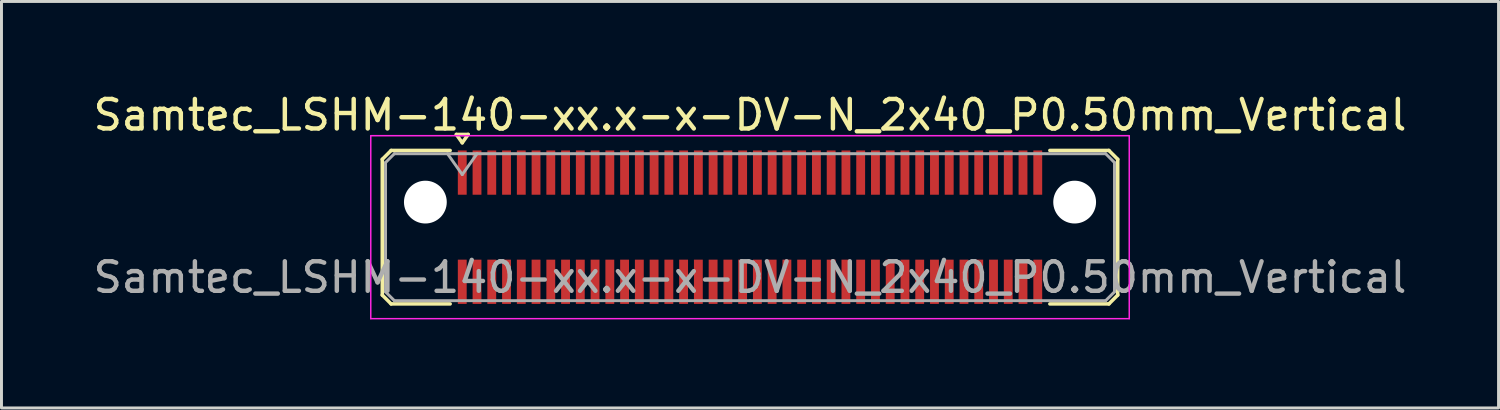
<source format=kicad_pcb>
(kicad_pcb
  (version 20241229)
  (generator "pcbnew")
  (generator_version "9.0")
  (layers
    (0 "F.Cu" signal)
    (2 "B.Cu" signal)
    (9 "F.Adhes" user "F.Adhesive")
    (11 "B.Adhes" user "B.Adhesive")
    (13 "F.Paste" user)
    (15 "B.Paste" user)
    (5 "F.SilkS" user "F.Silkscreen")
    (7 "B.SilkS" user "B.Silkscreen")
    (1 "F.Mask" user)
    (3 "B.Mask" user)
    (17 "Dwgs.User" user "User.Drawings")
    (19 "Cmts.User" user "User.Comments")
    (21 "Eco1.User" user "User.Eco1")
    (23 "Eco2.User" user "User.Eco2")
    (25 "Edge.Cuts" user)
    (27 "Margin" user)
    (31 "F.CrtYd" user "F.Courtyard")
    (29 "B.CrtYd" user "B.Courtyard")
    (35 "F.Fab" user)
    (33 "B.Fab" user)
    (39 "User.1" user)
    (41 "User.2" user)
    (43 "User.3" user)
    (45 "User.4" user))
  (footprint "Samtec_LSHM-140-xx.x-x-DV-N_2x40_P0.50mm_Vertical"
    (layer "F.Cu")
    (at 22.363 4.648)
    (property "Reference" "Samtec_LSHM-140-xx.x-x-DV-N_2x40_P0.50mm_Vertical" (at 0 -3.8 0) (layer "F.SilkS") (effects (font (size 1 1) (thickness 0.15))))
    (attr smd)
    (fp_line (start -12.46 -2.3) (end -12.46 2.3) (stroke (width 0.12) (type solid)) (layer "F.SilkS"))
    (fp_line (start -12.46 2.3) (end -12.16 2.6) (stroke (width 0.12) (type solid)) (layer "F.SilkS"))
    (fp_line (start -12.16 -2.6) (end -12.46 -2.3) (stroke (width 0.12) (type solid)) (layer "F.SilkS"))
    (fp_line (start -12.16 2.6) (end -10.16 2.6) (stroke (width 0.12) (type solid)) (layer "F.SilkS"))
    (fp_line (start -10.16 -2.6) (end -12.16 -2.6) (stroke (width 0.12) (type solid)) (layer "F.SilkS"))
    (fp_line (start -9.95 -3.143) (end -9.55 -3.143) (stroke (width 0.12) (type solid)) (layer "F.SilkS"))
    (fp_line (start -9.75 -2.86) (end -9.95 -3.143) (stroke (width 0.12) (type solid)) (layer "F.SilkS"))
    (fp_line (start -9.55 -3.143) (end -9.75 -2.86) (stroke (width 0.12) (type solid)) (layer "F.SilkS"))
    (fp_line (start 10.16 -2.6) (end 12.16 -2.6) (stroke (width 0.12) (type solid)) (layer "F.SilkS"))
    (fp_line (start 12.16 -2.6) (end 12.46 -2.3) (stroke (width 0.12) (type solid)) (layer "F.SilkS"))
    (fp_line (start 12.16 2.6) (end 10.16 2.6) (stroke (width 0.12) (type solid)) (layer "F.SilkS"))
    (fp_line (start 12.46 -2.3) (end 12.46 2.3) (stroke (width 0.12) (type solid)) (layer "F.SilkS"))
    (fp_line (start 12.46 2.3) (end 12.16 2.6) (stroke (width 0.12) (type solid)) (layer "F.SilkS"))
    (fp_line (start -12.85 -3.1) (end -12.85 3.1) (stroke (width 0.05) (type solid)) (layer "F.CrtYd"))
    (fp_line (start -12.85 3.1) (end 12.85 3.1) (stroke (width 0.05) (type solid)) (layer "F.CrtYd"))
    (fp_line (start 12.85 -3.1) (end -12.85 -3.1) (stroke (width 0.05) (type solid)) (layer "F.CrtYd"))
    (fp_line (start 12.85 3.1) (end 12.85 -3.1) (stroke (width 0.05) (type solid)) (layer "F.CrtYd"))
    (fp_line (start -12.35 -2.19) (end -12.35 2.19) (stroke (width 0.1) (type solid)) (layer "F.Fab"))
    (fp_line (start -12.35 2.19) (end -12.05 2.49) (stroke (width 0.1) (type solid)) (layer "F.Fab"))
    (fp_line (start -12.05 -2.49) (end -12.35 -2.19) (stroke (width 0.1) (type solid)) (layer "F.Fab"))
    (fp_line (start -12.05 2.49) (end 0 2.49) (stroke (width 0.1) (type solid)) (layer "F.Fab"))
    (fp_line (start -10.25 -2.49) (end -9.75 -1.783) (stroke (width 0.1) (type solid)) (layer "F.Fab"))
    (fp_line (start -9.75 -1.783) (end -9.25 -2.49) (stroke (width 0.1) (type solid)) (layer "F.Fab"))
    (fp_line (start 0 -2.49) (end -12.05 -2.49) (stroke (width 0.1) (type solid)) (layer "F.Fab"))
    (fp_line (start 0 -2.49) (end 12.05 -2.49) (stroke (width 0.1) (type solid)) (layer "F.Fab"))
    (fp_line (start 12.05 -2.49) (end 12.35 -2.19) (stroke (width 0.1) (type solid)) (layer "F.Fab"))
    (fp_line (start 12.05 2.49) (end 0 2.49) (stroke (width 0.1) (type solid)) (layer "F.Fab"))
    (fp_line (start 12.35 -2.19) (end 12.35 2.19) (stroke (width 0.1) (type solid)) (layer "F.Fab"))
    (fp_line (start 12.35 2.19) (end 12.05 2.49) (stroke (width 0.1) (type solid)) (layer "F.Fab"))
    (fp_text user "${REFERENCE}" (at 0 1.7 0) (layer "F.Fab") (effects (font (size 1 1) (thickness 0.15))))
    (pad "" np_thru_hole circle (at -11 -0.85) (size 1.45 1.45) (drill 1.45) (layers "*.Cu" "*.Mask"))
    (pad "" np_thru_hole circle (at 11 -0.85) (size 1.45 1.45) (drill 1.45) (layers "*.Cu" "*.Mask"))
    (pad "1" smd rect (at -9.75 1.85) (size 0.3 1.5) (layers "F.Cu" "F.Mask" "F.Paste"))
    (pad "2" smd rect (at -9.75 -1.85) (size 0.3 1.5) (layers "F.Cu" "F.Mask" "F.Paste"))
    (pad "3" smd rect (at -9.25 1.85) (size 0.3 1.5) (layers "F.Cu" "F.Mask" "F.Paste"))
    (pad "4" smd rect (at -9.25 -1.85) (size 0.3 1.5) (layers "F.Cu" "F.Mask" "F.Paste"))
    (pad "5" smd rect (at -8.75 1.85) (size 0.3 1.5) (layers "F.Cu" "F.Mask" "F.Paste"))
    (pad "6" smd rect (at -8.75 -1.85) (size 0.3 1.5) (layers "F.Cu" "F.Mask" "F.Paste"))
    (pad "7" smd rect (at -8.25 1.85) (size 0.3 1.5) (layers "F.Cu" "F.Mask" "F.Paste"))
    (pad "8" smd rect (at -8.25 -1.85) (size 0.3 1.5) (layers "F.Cu" "F.Mask" "F.Paste"))
    (pad "9" smd rect (at -7.75 1.85) (size 0.3 1.5) (layers "F.Cu" "F.Mask" "F.Paste"))
    (pad "10" smd rect (at -7.75 -1.85) (size 0.3 1.5) (layers "F.Cu" "F.Mask" "F.Paste"))
    (pad "11" smd rect (at -7.25 1.85) (size 0.3 1.5) (layers "F.Cu" "F.Mask" "F.Paste"))
    (pad "12" smd rect (at -7.25 -1.85) (size 0.3 1.5) (layers "F.Cu" "F.Mask" "F.Paste"))
    (pad "13" smd rect (at -6.75 1.85) (size 0.3 1.5) (layers "F.Cu" "F.Mask" "F.Paste"))
    (pad "14" smd rect (at -6.75 -1.85) (size 0.3 1.5) (layers "F.Cu" "F.Mask" "F.Paste"))
    (pad "15" smd rect (at -6.25 1.85) (size 0.3 1.5) (layers "F.Cu" "F.Mask" "F.Paste"))
    (pad "16" smd rect (at -6.25 -1.85) (size 0.3 1.5) (layers "F.Cu" "F.Mask" "F.Paste"))
    (pad "17" smd rect (at -5.75 1.85) (size 0.3 1.5) (layers "F.Cu" "F.Mask" "F.Paste"))
    (pad "18" smd rect (at -5.75 -1.85) (size 0.3 1.5) (layers "F.Cu" "F.Mask" "F.Paste"))
    (pad "19" smd rect (at -5.25 1.85) (size 0.3 1.5) (layers "F.Cu" "F.Mask" "F.Paste"))
    (pad "20" smd rect (at -5.25 -1.85) (size 0.3 1.5) (layers "F.Cu" "F.Mask" "F.Paste"))
    (pad "21" smd rect (at -4.75 1.85) (size 0.3 1.5) (layers "F.Cu" "F.Mask" "F.Paste"))
    (pad "22" smd rect (at -4.75 -1.85) (size 0.3 1.5) (layers "F.Cu" "F.Mask" "F.Paste"))
    (pad "23" smd rect (at -4.25 1.85) (size 0.3 1.5) (layers "F.Cu" "F.Mask" "F.Paste"))
    (pad "24" smd rect (at -4.25 -1.85) (size 0.3 1.5) (layers "F.Cu" "F.Mask" "F.Paste"))
    (pad "25" smd rect (at -3.75 1.85) (size 0.3 1.5) (layers "F.Cu" "F.Mask" "F.Paste"))
    (pad "26" smd rect (at -3.75 -1.85) (size 0.3 1.5) (layers "F.Cu" "F.Mask" "F.Paste"))
    (pad "27" smd rect (at -3.25 1.85) (size 0.3 1.5) (layers "F.Cu" "F.Mask" "F.Paste"))
    (pad "28" smd rect (at -3.25 -1.85) (size 0.3 1.5) (layers "F.Cu" "F.Mask" "F.Paste"))
    (pad "29" smd rect (at -2.75 1.85) (size 0.3 1.5) (layers "F.Cu" "F.Mask" "F.Paste"))
    (pad "30" smd rect (at -2.75 -1.85) (size 0.3 1.5) (layers "F.Cu" "F.Mask" "F.Paste"))
    (pad "31" smd rect (at -2.25 1.85) (size 0.3 1.5) (layers "F.Cu" "F.Mask" "F.Paste"))
    (pad "32" smd rect (at -2.25 -1.85) (size 0.3 1.5) (layers "F.Cu" "F.Mask" "F.Paste"))
    (pad "33" smd rect (at -1.75 1.85) (size 0.3 1.5) (layers "F.Cu" "F.Mask" "F.Paste"))
    (pad "34" smd rect (at -1.75 -1.85) (size 0.3 1.5) (layers "F.Cu" "F.Mask" "F.Paste"))
    (pad "35" smd rect (at -1.25 1.85) (size 0.3 1.5) (layers "F.Cu" "F.Mask" "F.Paste"))
    (pad "36" smd rect (at -1.25 -1.85) (size 0.3 1.5) (layers "F.Cu" "F.Mask" "F.Paste"))
    (pad "37" smd rect (at -0.75 1.85) (size 0.3 1.5) (layers "F.Cu" "F.Mask" "F.Paste"))
    (pad "38" smd rect (at -0.75 -1.85) (size 0.3 1.5) (layers "F.Cu" "F.Mask" "F.Paste"))
    (pad "39" smd rect (at -0.25 1.85) (size 0.3 1.5) (layers "F.Cu" "F.Mask" "F.Paste"))
    (pad "40" smd rect (at -0.25 -1.85) (size 0.3 1.5) (layers "F.Cu" "F.Mask" "F.Paste"))
    (pad "41" smd rect (at 0.25 1.85) (size 0.3 1.5) (layers "F.Cu" "F.Mask" "F.Paste"))
    (pad "42" smd rect (at 0.25 -1.85) (size 0.3 1.5) (layers "F.Cu" "F.Mask" "F.Paste"))
    (pad "43" smd rect (at 0.75 1.85) (size 0.3 1.5) (layers "F.Cu" "F.Mask" "F.Paste"))
    (pad "44" smd rect (at 0.75 -1.85) (size 0.3 1.5) (layers "F.Cu" "F.Mask" "F.Paste"))
    (pad "45" smd rect (at 1.25 1.85) (size 0.3 1.5) (layers "F.Cu" "F.Mask" "F.Paste"))
    (pad "46" smd rect (at 1.25 -1.85) (size 0.3 1.5) (layers "F.Cu" "F.Mask" "F.Paste"))
    (pad "47" smd rect (at 1.75 1.85) (size 0.3 1.5) (layers "F.Cu" "F.Mask" "F.Paste"))
    (pad "48" smd rect (at 1.75 -1.85) (size 0.3 1.5) (layers "F.Cu" "F.Mask" "F.Paste"))
    (pad "49" smd rect (at 2.25 1.85) (size 0.3 1.5) (layers "F.Cu" "F.Mask" "F.Paste"))
    (pad "50" smd rect (at 2.25 -1.85) (size 0.3 1.5) (layers "F.Cu" "F.Mask" "F.Paste"))
    (pad "51" smd rect (at 2.75 1.85) (size 0.3 1.5) (layers "F.Cu" "F.Mask" "F.Paste"))
    (pad "52" smd rect (at 2.75 -1.85) (size 0.3 1.5) (layers "F.Cu" "F.Mask" "F.Paste"))
    (pad "53" smd rect (at 3.25 1.85) (size 0.3 1.5) (layers "F.Cu" "F.Mask" "F.Paste"))
    (pad "54" smd rect (at 3.25 -1.85) (size 0.3 1.5) (layers "F.Cu" "F.Mask" "F.Paste"))
    (pad "55" smd rect (at 3.75 1.85) (size 0.3 1.5) (layers "F.Cu" "F.Mask" "F.Paste"))
    (pad "56" smd rect (at 3.75 -1.85) (size 0.3 1.5) (layers "F.Cu" "F.Mask" "F.Paste"))
    (pad "57" smd rect (at 4.25 1.85) (size 0.3 1.5) (layers "F.Cu" "F.Mask" "F.Paste"))
    (pad "58" smd rect (at 4.25 -1.85) (size 0.3 1.5) (layers "F.Cu" "F.Mask" "F.Paste"))
    (pad "59" smd rect (at 4.75 1.85) (size 0.3 1.5) (layers "F.Cu" "F.Mask" "F.Paste"))
    (pad "60" smd rect (at 4.75 -1.85) (size 0.3 1.5) (layers "F.Cu" "F.Mask" "F.Paste"))
    (pad "61" smd rect (at 5.25 1.85) (size 0.3 1.5) (layers "F.Cu" "F.Mask" "F.Paste"))
    (pad "62" smd rect (at 5.25 -1.85) (size 0.3 1.5) (layers "F.Cu" "F.Mask" "F.Paste"))
    (pad "63" smd rect (at 5.75 1.85) (size 0.3 1.5) (layers "F.Cu" "F.Mask" "F.Paste"))
    (pad "64" smd rect (at 5.75 -1.85) (size 0.3 1.5) (layers "F.Cu" "F.Mask" "F.Paste"))
    (pad "65" smd rect (at 6.25 1.85) (size 0.3 1.5) (layers "F.Cu" "F.Mask" "F.Paste"))
    (pad "66" smd rect (at 6.25 -1.85) (size 0.3 1.5) (layers "F.Cu" "F.Mask" "F.Paste"))
    (pad "67" smd rect (at 6.75 1.85) (size 0.3 1.5) (layers "F.Cu" "F.Mask" "F.Paste"))
    (pad "68" smd rect (at 6.75 -1.85) (size 0.3 1.5) (layers "F.Cu" "F.Mask" "F.Paste"))
    (pad "69" smd rect (at 7.25 1.85) (size 0.3 1.5) (layers "F.Cu" "F.Mask" "F.Paste"))
    (pad "70" smd rect (at 7.25 -1.85) (size 0.3 1.5) (layers "F.Cu" "F.Mask" "F.Paste"))
    (pad "71" smd rect (at 7.75 1.85) (size 0.3 1.5) (layers "F.Cu" "F.Mask" "F.Paste"))
    (pad "72" smd rect (at 7.75 -1.85) (size 0.3 1.5) (layers "F.Cu" "F.Mask" "F.Paste"))
    (pad "73" smd rect (at 8.25 1.85) (size 0.3 1.5) (layers "F.Cu" "F.Mask" "F.Paste"))
    (pad "74" smd rect (at 8.25 -1.85) (size 0.3 1.5) (layers "F.Cu" "F.Mask" "F.Paste"))
    (pad "75" smd rect (at 8.75 1.85) (size 0.3 1.5) (layers "F.Cu" "F.Mask" "F.Paste"))
    (pad "76" smd rect (at 8.75 -1.85) (size 0.3 1.5) (layers "F.Cu" "F.Mask" "F.Paste"))
    (pad "77" smd rect (at 9.25 1.85) (size 0.3 1.5) (layers "F.Cu" "F.Mask" "F.Paste"))
    (pad "78" smd rect (at 9.25 -1.85) (size 0.3 1.5) (layers "F.Cu" "F.Mask" "F.Paste"))
    (pad "79" smd rect (at 9.75 1.85) (size 0.3 1.5) (layers "F.Cu" "F.Mask" "F.Paste"))
    (pad "80" smd rect (at 9.75 -1.85) (size 0.3 1.5) (layers "F.Cu" "F.Mask" "F.Paste")))
  (gr_rect
    (start -3 -3)
    (end 47.726 10.773)
    (stroke (width 0.1) (type default))
    (fill no)
    (layer "Edge.Cuts")))
</source>
